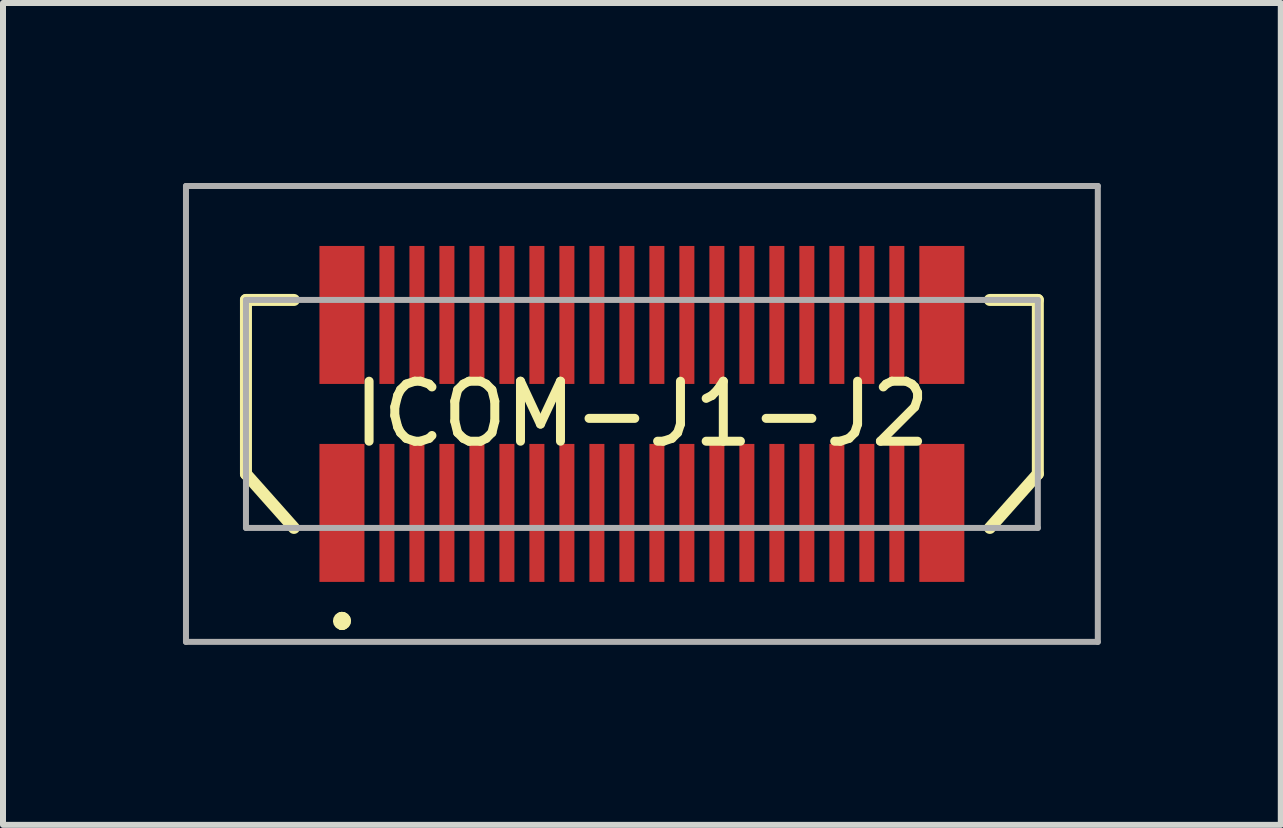
<source format=kicad_pcb>
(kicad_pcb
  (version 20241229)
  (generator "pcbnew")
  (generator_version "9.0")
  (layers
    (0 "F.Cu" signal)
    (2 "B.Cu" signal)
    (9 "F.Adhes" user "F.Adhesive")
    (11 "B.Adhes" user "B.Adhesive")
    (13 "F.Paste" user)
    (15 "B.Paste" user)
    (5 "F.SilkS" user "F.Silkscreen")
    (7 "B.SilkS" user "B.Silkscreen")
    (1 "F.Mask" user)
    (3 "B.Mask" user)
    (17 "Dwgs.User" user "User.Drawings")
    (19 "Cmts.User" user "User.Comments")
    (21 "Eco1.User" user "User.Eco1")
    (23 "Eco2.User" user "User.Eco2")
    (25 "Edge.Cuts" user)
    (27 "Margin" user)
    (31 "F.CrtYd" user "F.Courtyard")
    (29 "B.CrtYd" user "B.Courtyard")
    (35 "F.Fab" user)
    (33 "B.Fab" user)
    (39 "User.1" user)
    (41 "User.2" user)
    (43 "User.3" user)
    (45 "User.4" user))
  (footprint "ICOM-J1-J2"
    (layer "F.Cu")
    (at 7.65 3.85)
    (property "Reference" "ICOM-J1-J2" (at 0 0 0) (layer "F.SilkS") (effects (font (size 1 1) (thickness 0.15))))
    (attr smd)
    (fp_line (start -6.6 -1.9) (end -6.6 1) (stroke (width 0.2) (type solid)) (layer "F.SilkS"))
    (fp_line (start -6.6 1) (end -5.8 1.9) (stroke (width 0.2) (type solid)) (layer "F.SilkS"))
    (fp_line (start -5.8 -1.9) (end -6.6 -1.9) (stroke (width 0.2) (type solid)) (layer "F.SilkS"))
    (fp_line (start -5 3.4) (end -5 3.4) (stroke (width 0.2) (type solid)) (layer "F.SilkS"))
    (fp_line (start -5 3.5) (end -5 3.5) (stroke (width 0.2) (type solid)) (layer "F.SilkS"))
    (fp_line (start -5 3.5) (end -5 3.5) (stroke (width 0.2) (type solid)) (layer "F.SilkS"))
    (fp_line (start 5.8 -1.9) (end 6.6 -1.9) (stroke (width 0.2) (type solid)) (layer "F.SilkS"))
    (fp_line (start 6.6 -1.9) (end 6.6 1) (stroke (width 0.2) (type solid)) (layer "F.SilkS"))
    (fp_line (start 6.6 1) (end 5.8 1.9) (stroke (width 0.2) (type solid)) (layer "F.SilkS"))
    (fp_arc (start -5 3.4) (mid -4.95 3.45) (end -5 3.5) (stroke (width 0.2) (type solid)) (layer "F.SilkS"))
    (fp_arc (start -5 3.4) (mid -4.95 3.45) (end -5 3.5) (stroke (width 0.2) (type solid)) (layer "F.SilkS"))
    (fp_arc (start -5 3.5) (mid -5.05 3.45) (end -5 3.4) (stroke (width 0.2) (type solid)) (layer "F.SilkS"))
    (fp_line (start -7.6 -3.8) (end 7.6 -3.8) (stroke (width 0.1) (type solid)) (layer "F.Fab"))
    (fp_line (start -7.6 3.8) (end -7.6 -3.8) (stroke (width 0.1) (type solid)) (layer "F.Fab"))
    (fp_line (start -6.6 -1.9) (end 6.6 -1.9) (stroke (width 0.1) (type solid)) (layer "F.Fab"))
    (fp_line (start -6.6 1.9) (end -6.6 -1.9) (stroke (width 0.1) (type solid)) (layer "F.Fab"))
    (fp_line (start 6.6 -1.9) (end 6.6 1.9) (stroke (width 0.1) (type solid)) (layer "F.Fab"))
    (fp_line (start 6.6 1.9) (end -6.6 1.9) (stroke (width 0.1) (type solid)) (layer "F.Fab"))
    (fp_line (start 7.6 -3.8) (end 7.6 3.8) (stroke (width 0.1) (type solid)) (layer "F.Fab"))
    (fp_line (start 7.6 3.8) (end -7.6 3.8) (stroke (width 0.1) (type solid)) (layer "F.Fab"))
    (pad "1" smd rect (at -5 1.65 90) (size 2.3 0.75) (layers "F.Cu" "F.Mask" "F.Paste"))
    (pad "2" smd rect (at -4.25 1.65 90) (size 2.3 0.25) (layers "F.Cu" "F.Mask" "F.Paste"))
    (pad "3" smd rect (at -3.75 1.65 90) (size 2.3 0.25) (layers "F.Cu" "F.Mask" "F.Paste"))
    (pad "4" smd rect (at -3.25 1.65 90) (size 2.3 0.25) (layers "F.Cu" "F.Mask" "F.Paste"))
    (pad "5" smd rect (at -2.75 1.65 90) (size 2.3 0.25) (layers "F.Cu" "F.Mask" "F.Paste"))
    (pad "6" smd rect (at -2.25 1.65 90) (size 2.3 0.25) (layers "F.Cu" "F.Mask" "F.Paste"))
    (pad "7" smd rect (at -1.75 1.65 90) (size 2.3 0.25) (layers "F.Cu" "F.Mask" "F.Paste"))
    (pad "8" smd rect (at -1.25 1.65 90) (size 2.3 0.25) (layers "F.Cu" "F.Mask" "F.Paste"))
    (pad "9" smd rect (at -0.75 1.65 90) (size 2.3 0.25) (layers "F.Cu" "F.Mask" "F.Paste"))
    (pad "10" smd rect (at -0.25 1.65 90) (size 2.3 0.25) (layers "F.Cu" "F.Mask" "F.Paste"))
    (pad "11" smd rect (at 0.25 1.65 90) (size 2.3 0.25) (layers "F.Cu" "F.Mask" "F.Paste"))
    (pad "12" smd rect (at 0.75 1.65 90) (size 2.3 0.25) (layers "F.Cu" "F.Mask" "F.Paste"))
    (pad "13" smd rect (at 1.25 1.65 90) (size 2.3 0.25) (layers "F.Cu" "F.Mask" "F.Paste"))
    (pad "14" smd rect (at 1.75 1.65 90) (size 2.3 0.25) (layers "F.Cu" "F.Mask" "F.Paste"))
    (pad "15" smd rect (at 2.25 1.65 90) (size 2.3 0.25) (layers "F.Cu" "F.Mask" "F.Paste"))
    (pad "16" smd rect (at 2.75 1.65 90) (size 2.3 0.25) (layers "F.Cu" "F.Mask" "F.Paste"))
    (pad "17" smd rect (at 3.25 1.65 90) (size 2.3 0.25) (layers "F.Cu" "F.Mask" "F.Paste"))
    (pad "18" smd rect (at 3.75 1.65 90) (size 2.3 0.25) (layers "F.Cu" "F.Mask" "F.Paste"))
    (pad "19" smd rect (at 4.25 1.65 90) (size 2.3 0.25) (layers "F.Cu" "F.Mask" "F.Paste"))
    (pad "20" smd rect (at 5 1.65 90) (size 2.3 0.75) (layers "F.Cu" "F.Mask" "F.Paste"))
    (pad "21" smd rect (at 5 -1.65 90) (size 2.3 0.75) (layers "F.Cu" "F.Mask" "F.Paste"))
    (pad "22" smd rect (at 4.25 -1.65 90) (size 2.3 0.25) (layers "F.Cu" "F.Mask" "F.Paste"))
    (pad "23" smd rect (at 3.75 -1.65 90) (size 2.3 0.25) (layers "F.Cu" "F.Mask" "F.Paste"))
    (pad "24" smd rect (at 3.25 -1.65 90) (size 2.3 0.25) (layers "F.Cu" "F.Mask" "F.Paste"))
    (pad "25" smd rect (at 2.75 -1.65 90) (size 2.3 0.25) (layers "F.Cu" "F.Mask" "F.Paste"))
    (pad "26" smd rect (at 2.25 -1.65 90) (size 2.3 0.25) (layers "F.Cu" "F.Mask" "F.Paste"))
    (pad "27" smd rect (at 1.75 -1.65 90) (size 2.3 0.25) (layers "F.Cu" "F.Mask" "F.Paste"))
    (pad "28" smd rect (at 1.25 -1.65 90) (size 2.3 0.25) (layers "F.Cu" "F.Mask" "F.Paste"))
    (pad "29" smd rect (at 0.75 -1.65 90) (size 2.3 0.25) (layers "F.Cu" "F.Mask" "F.Paste"))
    (pad "30" smd rect (at 0.25 -1.65 90) (size 2.3 0.25) (layers "F.Cu" "F.Mask" "F.Paste"))
    (pad "31" smd rect (at -0.25 -1.65 90) (size 2.3 0.25) (layers "F.Cu" "F.Mask" "F.Paste"))
    (pad "32" smd rect (at -0.75 -1.65 90) (size 2.3 0.25) (layers "F.Cu" "F.Mask" "F.Paste"))
    (pad "33" smd rect (at -1.25 -1.65 90) (size 2.3 0.25) (layers "F.Cu" "F.Mask" "F.Paste"))
    (pad "34" smd rect (at -1.75 -1.65 90) (size 2.3 0.25) (layers "F.Cu" "F.Mask" "F.Paste"))
    (pad "35" smd rect (at -2.25 -1.65 90) (size 2.3 0.25) (layers "F.Cu" "F.Mask" "F.Paste"))
    (pad "36" smd rect (at -2.75 -1.65 90) (size 2.3 0.25) (layers "F.Cu" "F.Mask" "F.Paste"))
    (pad "37" smd rect (at -3.25 -1.65 90) (size 2.3 0.25) (layers "F.Cu" "F.Mask" "F.Paste"))
    (pad "38" smd rect (at -3.75 -1.65 90) (size 2.3 0.25) (layers "F.Cu" "F.Mask" "F.Paste"))
    (pad "39" smd rect (at -4.25 -1.65 90) (size 2.3 0.25) (layers "F.Cu" "F.Mask" "F.Paste"))
    (pad "40" smd rect (at -5 -1.65 90) (size 2.3 0.75) (layers "F.Cu" "F.Mask" "F.Paste")))
  (gr_rect
    (start -3 -3)
    (end 18.3 10.7)
    (stroke (width 0.1) (type default))
    (fill no)
    (layer "Edge.Cuts")))
</source>
